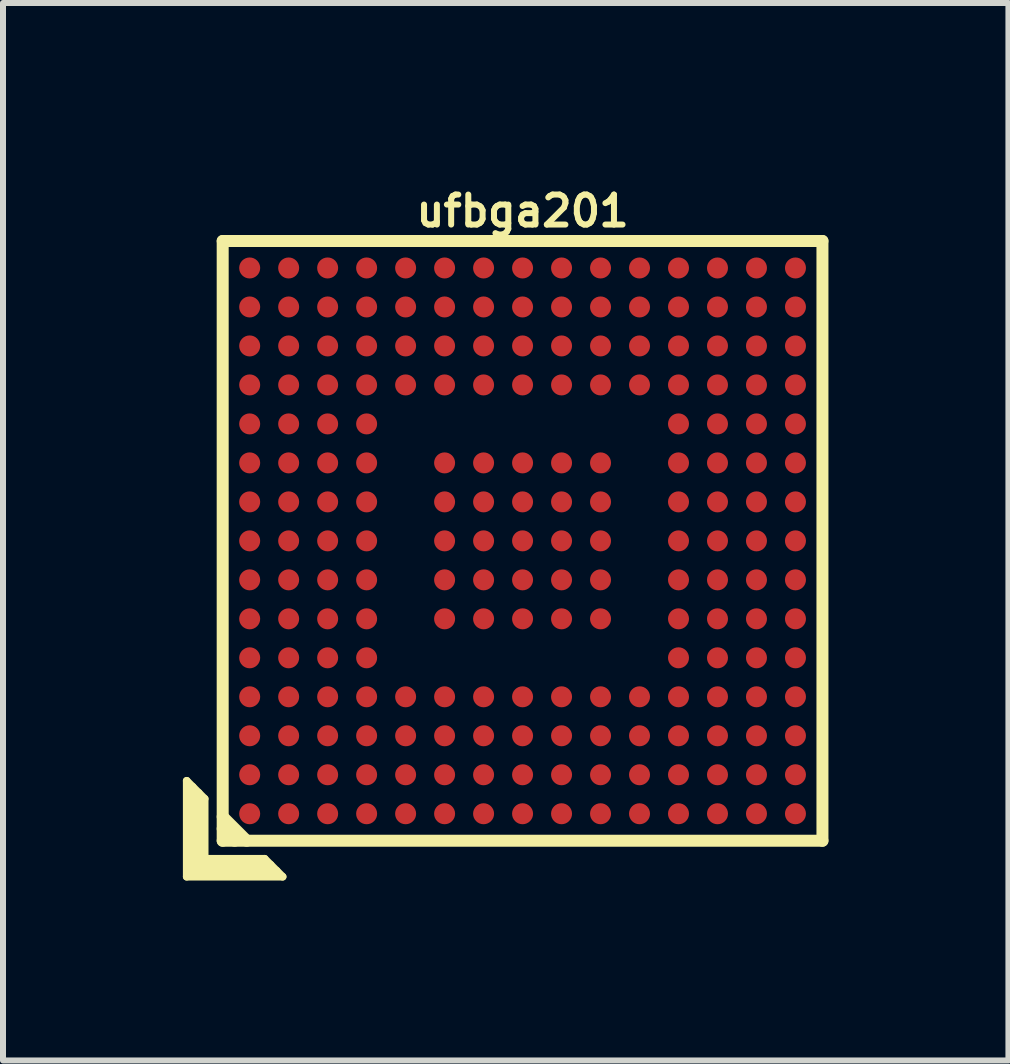
<source format=kicad_pcb>
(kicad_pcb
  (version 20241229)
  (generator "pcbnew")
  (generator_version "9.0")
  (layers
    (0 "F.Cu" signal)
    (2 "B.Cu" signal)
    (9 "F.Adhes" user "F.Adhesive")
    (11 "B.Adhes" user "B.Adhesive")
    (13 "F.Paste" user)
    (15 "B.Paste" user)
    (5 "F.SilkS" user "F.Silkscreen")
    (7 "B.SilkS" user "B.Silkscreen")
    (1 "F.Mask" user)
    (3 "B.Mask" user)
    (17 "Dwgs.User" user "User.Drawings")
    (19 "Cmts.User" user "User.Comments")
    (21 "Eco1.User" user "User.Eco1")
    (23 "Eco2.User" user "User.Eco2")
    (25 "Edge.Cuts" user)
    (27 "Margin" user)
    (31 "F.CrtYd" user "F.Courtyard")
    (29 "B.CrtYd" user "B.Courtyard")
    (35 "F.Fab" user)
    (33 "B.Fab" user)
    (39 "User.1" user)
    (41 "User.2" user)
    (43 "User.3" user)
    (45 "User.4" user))
  (footprint "ufbga201"
    (layer "F.Cu")
    (at 5.663 5.968)
    (property "Reference" "ufbga201" (at 0 -5.5 0) (layer "F.SilkS") (effects (font (size 0.5 0.5) (thickness 0.1))))
    (attr through_hole)
    (fp_line (start -5.6 4) (end -5.3 4.3) (stroke (width 0.127) (type solid)) (layer "F.SilkS"))
    (fp_line (start -5.6 5.6) (end -5.6 4) (stroke (width 0.127) (type solid)) (layer "F.SilkS"))
    (fp_line (start -5.5 4.1) (end -5.5 5.5) (stroke (width 0.127) (type solid)) (layer "F.SilkS"))
    (fp_line (start -5.5 5.5) (end -4.1 5.5) (stroke (width 0.127) (type solid)) (layer "F.SilkS"))
    (fp_line (start -5.4 5.4) (end -5.4 4.2) (stroke (width 0.127) (type solid)) (layer "F.SilkS"))
    (fp_line (start -5.3 4.3) (end -5.3 5.3) (stroke (width 0.127) (type solid)) (layer "F.SilkS"))
    (fp_line (start -5.3 5.3) (end -4.3 5.3) (stroke (width 0.127) (type solid)) (layer "F.SilkS"))
    (fp_line (start -5 -5) (end -5 5) (stroke (width 0.2) (type solid)) (layer "F.SilkS"))
    (fp_line (start -5 4.6) (end -4.6 5) (stroke (width 0.2) (type solid)) (layer "F.SilkS"))
    (fp_line (start -5 5) (end 5 5) (stroke (width 0.2) (type solid)) (layer "F.SilkS"))
    (fp_line (start -4.8 5) (end -5 4.8) (stroke (width 0.2) (type solid)) (layer "F.SilkS"))
    (fp_line (start -4.3 5.3) (end -4 5.6) (stroke (width 0.127) (type solid)) (layer "F.SilkS"))
    (fp_line (start -4.2 5.4) (end -5.4 5.4) (stroke (width 0.127) (type solid)) (layer "F.SilkS"))
    (fp_line (start -4 5.6) (end -5.6 5.6) (stroke (width 0.127) (type solid)) (layer "F.SilkS"))
    (fp_line (start 5 -5) (end -5 -5) (stroke (width 0.2) (type solid)) (layer "F.SilkS"))
    (fp_line (start 5 5) (end 5 -5) (stroke (width 0.2) (type solid)) (layer "F.SilkS"))
    (pad "A1" smd circle (at -4.55 4.55) (size 0.35 0.35) (layers "F.Cu" "F.Mask" "F.Paste"))
    (pad "A2" smd circle (at -4.55 3.9) (size 0.35 0.35) (layers "F.Cu" "F.Mask" "F.Paste"))
    (pad "A3" smd circle (at -4.55 3.25) (size 0.35 0.35) (layers "F.Cu" "F.Mask" "F.Paste"))
    (pad "A4" smd circle (at -4.55 2.6) (size 0.35 0.35) (layers "F.Cu" "F.Mask" "F.Paste"))
    (pad "A5" smd circle (at -4.55 1.95) (size 0.35 0.35) (layers "F.Cu" "F.Mask" "F.Paste"))
    (pad "A6" smd circle (at -4.55 1.3) (size 0.35 0.35) (layers "F.Cu" "F.Mask" "F.Paste"))
    (pad "A7" smd circle (at -4.55 0.65) (size 0.35 0.35) (layers "F.Cu" "F.Mask" "F.Paste"))
    (pad "A8" smd circle (at -4.55 0) (size 0.35 0.35) (layers "F.Cu" "F.Mask" "F.Paste"))
    (pad "A9" smd circle (at -4.55 -0.65) (size 0.35 0.35) (layers "F.Cu" "F.Mask" "F.Paste"))
    (pad "A10" smd circle (at -4.55 -1.3) (size 0.35 0.35) (layers "F.Cu" "F.Mask" "F.Paste"))
    (pad "A11" smd circle (at -4.55 -1.95) (size 0.35 0.35) (layers "F.Cu" "F.Mask" "F.Paste"))
    (pad "A12" smd circle (at -4.55 -2.6) (size 0.35 0.35) (layers "F.Cu" "F.Mask" "F.Paste"))
    (pad "A13" smd circle (at -4.55 -3.25) (size 0.35 0.35) (layers "F.Cu" "F.Mask" "F.Paste"))
    (pad "A14" smd circle (at -4.55 -3.9) (size 0.35 0.35) (layers "F.Cu" "F.Mask" "F.Paste"))
    (pad "A15" smd circle (at -4.55 -4.55) (size 0.35 0.35) (layers "F.Cu" "F.Mask" "F.Paste"))
    (pad "B1" smd circle (at -3.9 4.55) (size 0.35 0.35) (layers "F.Cu" "F.Mask" "F.Paste"))
    (pad "B2" smd circle (at -3.9 3.9) (size 0.35 0.35) (layers "F.Cu" "F.Mask" "F.Paste"))
    (pad "B3" smd circle (at -3.9 3.25) (size 0.35 0.35) (layers "F.Cu" "F.Mask" "F.Paste"))
    (pad "B4" smd circle (at -3.9 2.6) (size 0.35 0.35) (layers "F.Cu" "F.Mask" "F.Paste"))
    (pad "B5" smd circle (at -3.9 1.95) (size 0.35 0.35) (layers "F.Cu" "F.Mask" "F.Paste"))
    (pad "B6" smd circle (at -3.9 1.3) (size 0.35 0.35) (layers "F.Cu" "F.Mask" "F.Paste"))
    (pad "B7" smd circle (at -3.9 0.65) (size 0.35 0.35) (layers "F.Cu" "F.Mask" "F.Paste"))
    (pad "B8" smd circle (at -3.9 0) (size 0.35 0.35) (layers "F.Cu" "F.Mask" "F.Paste"))
    (pad "B9" smd circle (at -3.9 -0.65) (size 0.35 0.35) (layers "F.Cu" "F.Mask" "F.Paste"))
    (pad "B10" smd circle (at -3.9 -1.3) (size 0.35 0.35) (layers "F.Cu" "F.Mask" "F.Paste"))
    (pad "B11" smd circle (at -3.9 -1.95) (size 0.35 0.35) (layers "F.Cu" "F.Mask" "F.Paste"))
    (pad "B12" smd circle (at -3.9 -2.6) (size 0.35 0.35) (layers "F.Cu" "F.Mask" "F.Paste"))
    (pad "B13" smd circle (at -3.9 -3.25) (size 0.35 0.35) (layers "F.Cu" "F.Mask" "F.Paste"))
    (pad "B14" smd circle (at -3.9 -3.9) (size 0.35 0.35) (layers "F.Cu" "F.Mask" "F.Paste"))
    (pad "B15" smd circle (at -3.9 -4.55) (size 0.35 0.35) (layers "F.Cu" "F.Mask" "F.Paste"))
    (pad "C1" smd circle (at -3.25 4.55) (size 0.35 0.35) (layers "F.Cu" "F.Mask" "F.Paste"))
    (pad "C2" smd circle (at -3.25 3.9) (size 0.35 0.35) (layers "F.Cu" "F.Mask" "F.Paste"))
    (pad "C3" smd circle (at -3.25 3.25) (size 0.35 0.35) (layers "F.Cu" "F.Mask" "F.Paste"))
    (pad "C4" smd circle (at -3.25 2.6) (size 0.35 0.35) (layers "F.Cu" "F.Mask" "F.Paste"))
    (pad "C5" smd circle (at -3.25 1.95) (size 0.35 0.35) (layers "F.Cu" "F.Mask" "F.Paste"))
    (pad "C6" smd circle (at -3.25 1.3) (size 0.35 0.35) (layers "F.Cu" "F.Mask" "F.Paste"))
    (pad "C7" smd circle (at -3.25 0.65) (size 0.35 0.35) (layers "F.Cu" "F.Mask" "F.Paste"))
    (pad "C8" smd circle (at -3.25 0) (size 0.35 0.35) (layers "F.Cu" "F.Mask" "F.Paste"))
    (pad "C9" smd circle (at -3.25 -0.65) (size 0.35 0.35) (layers "F.Cu" "F.Mask" "F.Paste"))
    (pad "C10" smd circle (at -3.25 -1.3) (size 0.35 0.35) (layers "F.Cu" "F.Mask" "F.Paste"))
    (pad "C11" smd circle (at -3.25 -1.95) (size 0.35 0.35) (layers "F.Cu" "F.Mask" "F.Paste"))
    (pad "C12" smd circle (at -3.25 -2.6) (size 0.35 0.35) (layers "F.Cu" "F.Mask" "F.Paste"))
    (pad "C13" smd circle (at -3.25 -3.25) (size 0.35 0.35) (layers "F.Cu" "F.Mask" "F.Paste"))
    (pad "C14" smd circle (at -3.25 -3.9) (size 0.35 0.35) (layers "F.Cu" "F.Mask" "F.Paste"))
    (pad "C15" smd circle (at -3.25 -4.55) (size 0.35 0.35) (layers "F.Cu" "F.Mask" "F.Paste"))
    (pad "D1" smd circle (at -2.6 4.55) (size 0.35 0.35) (layers "F.Cu" "F.Mask" "F.Paste"))
    (pad "D2" smd circle (at -2.6 3.9) (size 0.35 0.35) (layers "F.Cu" "F.Mask" "F.Paste"))
    (pad "D3" smd circle (at -2.6 3.25) (size 0.35 0.35) (layers "F.Cu" "F.Mask" "F.Paste"))
    (pad "D4" smd circle (at -2.6 2.6) (size 0.35 0.35) (layers "F.Cu" "F.Mask" "F.Paste"))
    (pad "D5" smd circle (at -2.6 1.95) (size 0.35 0.35) (layers "F.Cu" "F.Mask" "F.Paste"))
    (pad "D6" smd circle (at -2.6 1.3) (size 0.35 0.35) (layers "F.Cu" "F.Mask" "F.Paste"))
    (pad "D7" smd circle (at -2.6 0.65) (size 0.35 0.35) (layers "F.Cu" "F.Mask" "F.Paste"))
    (pad "D8" smd circle (at -2.6 0) (size 0.35 0.35) (layers "F.Cu" "F.Mask" "F.Paste"))
    (pad "D9" smd circle (at -2.6 -0.65) (size 0.35 0.35) (layers "F.Cu" "F.Mask" "F.Paste"))
    (pad "D10" smd circle (at -2.6 -1.3) (size 0.35 0.35) (layers "F.Cu" "F.Mask" "F.Paste"))
    (pad "D11" smd circle (at -2.6 -1.95) (size 0.35 0.35) (layers "F.Cu" "F.Mask" "F.Paste"))
    (pad "D12" smd circle (at -2.6 -2.6) (size 0.35 0.35) (layers "F.Cu" "F.Mask" "F.Paste"))
    (pad "D13" smd circle (at -2.6 -3.25) (size 0.35 0.35) (layers "F.Cu" "F.Mask" "F.Paste"))
    (pad "D14" smd circle (at -2.6 -3.9) (size 0.35 0.35) (layers "F.Cu" "F.Mask" "F.Paste"))
    (pad "D15" smd circle (at -2.6 -4.55) (size 0.35 0.35) (layers "F.Cu" "F.Mask" "F.Paste"))
    (pad "E1" smd circle (at -1.95 4.55) (size 0.35 0.35) (layers "F.Cu" "F.Mask" "F.Paste"))
    (pad "E2" smd circle (at -1.95 3.9) (size 0.35 0.35) (layers "F.Cu" "F.Mask" "F.Paste"))
    (pad "E3" smd circle (at -1.95 3.25) (size 0.35 0.35) (layers "F.Cu" "F.Mask" "F.Paste"))
    (pad "E4" smd circle (at -1.95 2.6) (size 0.35 0.35) (layers "F.Cu" "F.Mask" "F.Paste"))
    (pad "E12" smd circle (at -1.95 -2.6) (size 0.35 0.35) (layers "F.Cu" "F.Mask" "F.Paste"))
    (pad "E13" smd circle (at -1.95 -3.25) (size 0.35 0.35) (layers "F.Cu" "F.Mask" "F.Paste"))
    (pad "E14" smd circle (at -1.95 -3.9) (size 0.35 0.35) (layers "F.Cu" "F.Mask" "F.Paste"))
    (pad "E15" smd circle (at -1.95 -4.55) (size 0.35 0.35) (layers "F.Cu" "F.Mask" "F.Paste"))
    (pad "F1" smd circle (at -1.3 4.55) (size 0.35 0.35) (layers "F.Cu" "F.Mask" "F.Paste"))
    (pad "F2" smd circle (at -1.3 3.9) (size 0.35 0.35) (layers "F.Cu" "F.Mask" "F.Paste"))
    (pad "F3" smd circle (at -1.3 3.25) (size 0.35 0.35) (layers "F.Cu" "F.Mask" "F.Paste"))
    (pad "F4" smd circle (at -1.3 2.6) (size 0.35 0.35) (layers "F.Cu" "F.Mask" "F.Paste"))
    (pad "F6" smd circle (at -1.3 1.3) (size 0.35 0.35) (layers "F.Cu" "F.Mask" "F.Paste"))
    (pad "F7" smd circle (at -1.3 0.65) (size 0.35 0.35) (layers "F.Cu" "F.Mask" "F.Paste"))
    (pad "F8" smd circle (at -1.3 0) (size 0.35 0.35) (layers "F.Cu" "F.Mask" "F.Paste"))
    (pad "F9" smd circle (at -1.3 -0.65) (size 0.35 0.35) (layers "F.Cu" "F.Mask" "F.Paste"))
    (pad "F10" smd circle (at -1.3 -1.3) (size 0.35 0.35) (layers "F.Cu" "F.Mask" "F.Paste"))
    (pad "F12" smd circle (at -1.3 -2.6) (size 0.35 0.35) (layers "F.Cu" "F.Mask" "F.Paste"))
    (pad "F13" smd circle (at -1.3 -3.25) (size 0.35 0.35) (layers "F.Cu" "F.Mask" "F.Paste"))
    (pad "F14" smd circle (at -1.3 -3.9) (size 0.35 0.35) (layers "F.Cu" "F.Mask" "F.Paste"))
    (pad "F15" smd circle (at -1.3 -4.55) (size 0.35 0.35) (layers "F.Cu" "F.Mask" "F.Paste"))
    (pad "G1" smd circle (at -0.65 4.55) (size 0.35 0.35) (layers "F.Cu" "F.Mask" "F.Paste"))
    (pad "G2" smd circle (at -0.65 3.9) (size 0.35 0.35) (layers "F.Cu" "F.Mask" "F.Paste"))
    (pad "G3" smd circle (at -0.65 3.25) (size 0.35 0.35) (layers "F.Cu" "F.Mask" "F.Paste"))
    (pad "G4" smd circle (at -0.65 2.6) (size 0.35 0.35) (layers "F.Cu" "F.Mask" "F.Paste"))
    (pad "G6" smd circle (at -0.65 1.3) (size 0.35 0.35) (layers "F.Cu" "F.Mask" "F.Paste"))
    (pad "G7" smd circle (at -0.65 0.65) (size 0.35 0.35) (layers "F.Cu" "F.Mask" "F.Paste"))
    (pad "G8" smd circle (at -0.65 0) (size 0.35 0.35) (layers "F.Cu" "F.Mask" "F.Paste"))
    (pad "G9" smd circle (at -0.65 -0.65) (size 0.35 0.35) (layers "F.Cu" "F.Mask" "F.Paste"))
    (pad "G10" smd circle (at -0.65 -1.3) (size 0.35 0.35) (layers "F.Cu" "F.Mask" "F.Paste"))
    (pad "G12" smd circle (at -0.65 -2.6) (size 0.35 0.35) (layers "F.Cu" "F.Mask" "F.Paste"))
    (pad "G13" smd circle (at -0.65 -3.25) (size 0.35 0.35) (layers "F.Cu" "F.Mask" "F.Paste"))
    (pad "G14" smd circle (at -0.65 -3.9) (size 0.35 0.35) (layers "F.Cu" "F.Mask" "F.Paste"))
    (pad "G15" smd circle (at -0.65 -4.55) (size 0.35 0.35) (layers "F.Cu" "F.Mask" "F.Paste"))
    (pad "H1" smd circle (at 0 4.55) (size 0.35 0.35) (layers "F.Cu" "F.Mask" "F.Paste"))
    (pad "H2" smd circle (at 0 3.9) (size 0.35 0.35) (layers "F.Cu" "F.Mask" "F.Paste"))
    (pad "H3" smd circle (at 0 3.25) (size 0.35 0.35) (layers "F.Cu" "F.Mask" "F.Paste"))
    (pad "H4" smd circle (at 0 2.6) (size 0.35 0.35) (layers "F.Cu" "F.Mask" "F.Paste"))
    (pad "H6" smd circle (at 0 1.3) (size 0.35 0.35) (layers "F.Cu" "F.Mask" "F.Paste"))
    (pad "H7" smd circle (at 0 0.65) (size 0.35 0.35) (layers "F.Cu" "F.Mask" "F.Paste"))
    (pad "H8" smd circle (at 0 0) (size 0.35 0.35) (layers "F.Cu" "F.Mask" "F.Paste"))
    (pad "H9" smd circle (at 0 -0.65) (size 0.35 0.35) (layers "F.Cu" "F.Mask" "F.Paste"))
    (pad "H10" smd circle (at 0 -1.3) (size 0.35 0.35) (layers "F.Cu" "F.Mask" "F.Paste"))
    (pad "H12" smd circle (at 0 -2.6) (size 0.35 0.35) (layers "F.Cu" "F.Mask" "F.Paste"))
    (pad "H13" smd circle (at 0 -3.25) (size 0.35 0.35) (layers "F.Cu" "F.Mask" "F.Paste"))
    (pad "H14" smd circle (at 0 -3.9) (size 0.35 0.35) (layers "F.Cu" "F.Mask" "F.Paste"))
    (pad "H15" smd circle (at 0 -4.55) (size 0.35 0.35) (layers "F.Cu" "F.Mask" "F.Paste"))
    (pad "J1" smd circle (at 0.65 4.55) (size 0.35 0.35) (layers "F.Cu" "F.Mask" "F.Paste"))
    (pad "J2" smd circle (at 0.65 3.9) (size 0.35 0.35) (layers "F.Cu" "F.Mask" "F.Paste"))
    (pad "J3" smd circle (at 0.65 3.25) (size 0.35 0.35) (layers "F.Cu" "F.Mask" "F.Paste"))
    (pad "J4" smd circle (at 0.65 2.6) (size 0.35 0.35) (layers "F.Cu" "F.Mask" "F.Paste"))
    (pad "J6" smd circle (at 0.65 1.3) (size 0.35 0.35) (layers "F.Cu" "F.Mask" "F.Paste"))
    (pad "J7" smd circle (at 0.65 0.65) (size 0.35 0.35) (layers "F.Cu" "F.Mask" "F.Paste"))
    (pad "J8" smd circle (at 0.65 0) (size 0.35 0.35) (layers "F.Cu" "F.Mask" "F.Paste"))
    (pad "J9" smd circle (at 0.65 -0.65) (size 0.35 0.35) (layers "F.Cu" "F.Mask" "F.Paste"))
    (pad "J10" smd circle (at 0.65 -1.3) (size 0.35 0.35) (layers "F.Cu" "F.Mask" "F.Paste"))
    (pad "J12" smd circle (at 0.65 -2.6) (size 0.35 0.35) (layers "F.Cu" "F.Mask" "F.Paste"))
    (pad "J13" smd circle (at 0.65 -3.25) (size 0.35 0.35) (layers "F.Cu" "F.Mask" "F.Paste"))
    (pad "J14" smd circle (at 0.65 -3.9) (size 0.35 0.35) (layers "F.Cu" "F.Mask" "F.Paste"))
    (pad "J15" smd circle (at 0.65 -4.55) (size 0.35 0.35) (layers "F.Cu" "F.Mask" "F.Paste"))
    (pad "K1" smd circle (at 1.3 4.55) (size 0.35 0.35) (layers "F.Cu" "F.Mask" "F.Paste"))
    (pad "K2" smd circle (at 1.3 3.9) (size 0.35 0.35) (layers "F.Cu" "F.Mask" "F.Paste"))
    (pad "K3" smd circle (at 1.3 3.25) (size 0.35 0.35) (layers "F.Cu" "F.Mask" "F.Paste"))
    (pad "K4" smd circle (at 1.3 2.6) (size 0.35 0.35) (layers "F.Cu" "F.Mask" "F.Paste"))
    (pad "K6" smd circle (at 1.3 1.3) (size 0.35 0.35) (layers "F.Cu" "F.Mask" "F.Paste"))
    (pad "K7" smd circle (at 1.3 0.65) (size 0.35 0.35) (layers "F.Cu" "F.Mask" "F.Paste"))
    (pad "K8" smd circle (at 1.3 0) (size 0.35 0.35) (layers "F.Cu" "F.Mask" "F.Paste"))
    (pad "K9" smd circle (at 1.3 -0.65) (size 0.35 0.35) (layers "F.Cu" "F.Mask" "F.Paste"))
    (pad "K10" smd circle (at 1.3 -1.3) (size 0.35 0.35) (layers "F.Cu" "F.Mask" "F.Paste"))
    (pad "K12" smd circle (at 1.3 -2.6) (size 0.35 0.35) (layers "F.Cu" "F.Mask" "F.Paste"))
    (pad "K13" smd circle (at 1.3 -3.25) (size 0.35 0.35) (layers "F.Cu" "F.Mask" "F.Paste"))
    (pad "K14" smd circle (at 1.3 -3.9) (size 0.35 0.35) (layers "F.Cu" "F.Mask" "F.Paste"))
    (pad "K15" smd circle (at 1.3 -4.55) (size 0.35 0.35) (layers "F.Cu" "F.Mask" "F.Paste"))
    (pad "L1" smd circle (at 1.95 4.55) (size 0.35 0.35) (layers "F.Cu" "F.Mask" "F.Paste"))
    (pad "L2" smd circle (at 1.95 3.9) (size 0.35 0.35) (layers "F.Cu" "F.Mask" "F.Paste"))
    (pad "L3" smd circle (at 1.95 3.25) (size 0.35 0.35) (layers "F.Cu" "F.Mask" "F.Paste"))
    (pad "L4" smd circle (at 1.95 2.6) (size 0.35 0.35) (layers "F.Cu" "F.Mask" "F.Paste"))
    (pad "L12" smd circle (at 1.95 -2.6) (size 0.35 0.35) (layers "F.Cu" "F.Mask" "F.Paste"))
    (pad "L13" smd circle (at 1.95 -3.25) (size 0.35 0.35) (layers "F.Cu" "F.Mask" "F.Paste"))
    (pad "L14" smd circle (at 1.95 -3.9) (size 0.35 0.35) (layers "F.Cu" "F.Mask" "F.Paste"))
    (pad "L15" smd circle (at 1.95 -4.55) (size 0.35 0.35) (layers "F.Cu" "F.Mask" "F.Paste"))
    (pad "M1" smd circle (at 2.6 4.55) (size 0.35 0.35) (layers "F.Cu" "F.Mask" "F.Paste"))
    (pad "M2" smd circle (at 2.6 3.9) (size 0.35 0.35) (layers "F.Cu" "F.Mask" "F.Paste"))
    (pad "M3" smd circle (at 2.6 3.25) (size 0.35 0.35) (layers "F.Cu" "F.Mask" "F.Paste"))
    (pad "M4" smd circle (at 2.6 2.6) (size 0.35 0.35) (layers "F.Cu" "F.Mask" "F.Paste"))
    (pad "M5" smd circle (at 2.6 1.95) (size 0.35 0.35) (layers "F.Cu" "F.Mask" "F.Paste"))
    (pad "M6" smd circle (at 2.6 1.3) (size 0.35 0.35) (layers "F.Cu" "F.Mask" "F.Paste"))
    (pad "M7" smd circle (at 2.6 0.65) (size 0.35 0.35) (layers "F.Cu" "F.Mask" "F.Paste"))
    (pad "M8" smd circle (at 2.6 0) (size 0.35 0.35) (layers "F.Cu" "F.Mask" "F.Paste"))
    (pad "M9" smd circle (at 2.6 -0.65) (size 0.35 0.35) (layers "F.Cu" "F.Mask" "F.Paste"))
    (pad "M10" smd circle (at 2.6 -1.3) (size 0.35 0.35) (layers "F.Cu" "F.Mask" "F.Paste"))
    (pad "M11" smd circle (at 2.6 -1.95) (size 0.35 0.35) (layers "F.Cu" "F.Mask" "F.Paste"))
    (pad "M12" smd circle (at 2.6 -2.6) (size 0.35 0.35) (layers "F.Cu" "F.Mask" "F.Paste"))
    (pad "M13" smd circle (at 2.6 -3.25) (size 0.35 0.35) (layers "F.Cu" "F.Mask" "F.Paste"))
    (pad "M14" smd circle (at 2.6 -3.9) (size 0.35 0.35) (layers "F.Cu" "F.Mask" "F.Paste"))
    (pad "M15" smd circle (at 2.6 -4.55) (size 0.35 0.35) (layers "F.Cu" "F.Mask" "F.Paste"))
    (pad "N1" smd circle (at 3.25 4.55) (size 0.35 0.35) (layers "F.Cu" "F.Mask" "F.Paste"))
    (pad "N2" smd circle (at 3.25 3.9) (size 0.35 0.35) (layers "F.Cu" "F.Mask" "F.Paste"))
    (pad "N3" smd circle (at 3.25 3.25) (size 0.35 0.35) (layers "F.Cu" "F.Mask" "F.Paste"))
    (pad "N4" smd circle (at 3.25 2.6) (size 0.35 0.35) (layers "F.Cu" "F.Mask" "F.Paste"))
    (pad "N5" smd circle (at 3.25 1.95) (size 0.35 0.35) (layers "F.Cu" "F.Mask" "F.Paste"))
    (pad "N6" smd circle (at 3.25 1.3) (size 0.35 0.35) (layers "F.Cu" "F.Mask" "F.Paste"))
    (pad "N7" smd circle (at 3.25 0.65) (size 0.35 0.35) (layers "F.Cu" "F.Mask" "F.Paste"))
    (pad "N8" smd circle (at 3.25 0) (size 0.35 0.35) (layers "F.Cu" "F.Mask" "F.Paste"))
    (pad "N9" smd circle (at 3.25 -0.65) (size 0.35 0.35) (layers "F.Cu" "F.Mask" "F.Paste"))
    (pad "N10" smd circle (at 3.25 -1.3) (size 0.35 0.35) (layers "F.Cu" "F.Mask" "F.Paste"))
    (pad "N11" smd circle (at 3.25 -1.95) (size 0.35 0.35) (layers "F.Cu" "F.Mask" "F.Paste"))
    (pad "N12" smd circle (at 3.25 -2.6) (size 0.35 0.35) (layers "F.Cu" "F.Mask" "F.Paste"))
    (pad "N13" smd circle (at 3.25 -3.25) (size 0.35 0.35) (layers "F.Cu" "F.Mask" "F.Paste"))
    (pad "N14" smd circle (at 3.25 -3.9) (size 0.35 0.35) (layers "F.Cu" "F.Mask" "F.Paste"))
    (pad "N15" smd circle (at 3.25 -4.55) (size 0.35 0.35) (layers "F.Cu" "F.Mask" "F.Paste"))
    (pad "P1" smd circle (at 3.9 4.55) (size 0.35 0.35) (layers "F.Cu" "F.Mask" "F.Paste"))
    (pad "P2" smd circle (at 3.9 3.9) (size 0.35 0.35) (layers "F.Cu" "F.Mask" "F.Paste"))
    (pad "P3" smd circle (at 3.9 3.25) (size 0.35 0.35) (layers "F.Cu" "F.Mask" "F.Paste"))
    (pad "P4" smd circle (at 3.9 2.6) (size 0.35 0.35) (layers "F.Cu" "F.Mask" "F.Paste"))
    (pad "P5" smd circle (at 3.9 1.95) (size 0.35 0.35) (layers "F.Cu" "F.Mask" "F.Paste"))
    (pad "P6" smd circle (at 3.9 1.3) (size 0.35 0.35) (layers "F.Cu" "F.Mask" "F.Paste"))
    (pad "P7" smd circle (at 3.9 0.65) (size 0.35 0.35) (layers "F.Cu" "F.Mask" "F.Paste"))
    (pad "P8" smd circle (at 3.9 0) (size 0.35 0.35) (layers "F.Cu" "F.Mask" "F.Paste"))
    (pad "P9" smd circle (at 3.9 -0.65) (size 0.35 0.35) (layers "F.Cu" "F.Mask" "F.Paste"))
    (pad "P10" smd circle (at 3.9 -1.3) (size 0.35 0.35) (layers "F.Cu" "F.Mask" "F.Paste"))
    (pad "P11" smd circle (at 3.9 -1.95) (size 0.35 0.35) (layers "F.Cu" "F.Mask" "F.Paste"))
    (pad "P12" smd circle (at 3.9 -2.6) (size 0.35 0.35) (layers "F.Cu" "F.Mask" "F.Paste"))
    (pad "P13" smd circle (at 3.9 -3.25) (size 0.35 0.35) (layers "F.Cu" "F.Mask" "F.Paste"))
    (pad "P14" smd circle (at 3.9 -3.9) (size 0.35 0.35) (layers "F.Cu" "F.Mask" "F.Paste"))
    (pad "P15" smd circle (at 3.9 -4.55) (size 0.35 0.35) (layers "F.Cu" "F.Mask" "F.Paste"))
    (pad "R1" smd circle (at 4.55 4.55) (size 0.35 0.35) (layers "F.Cu" "F.Mask" "F.Paste"))
    (pad "R2" smd circle (at 4.55 3.9) (size 0.35 0.35) (layers "F.Cu" "F.Mask" "F.Paste"))
    (pad "R3" smd circle (at 4.55 3.25) (size 0.35 0.35) (layers "F.Cu" "F.Mask" "F.Paste"))
    (pad "R4" smd circle (at 4.55 2.6) (size 0.35 0.35) (layers "F.Cu" "F.Mask" "F.Paste"))
    (pad "R5" smd circle (at 4.55 1.95) (size 0.35 0.35) (layers "F.Cu" "F.Mask" "F.Paste"))
    (pad "R6" smd circle (at 4.55 1.3) (size 0.35 0.35) (layers "F.Cu" "F.Mask" "F.Paste"))
    (pad "R7" smd circle (at 4.55 0.65) (size 0.35 0.35) (layers "F.Cu" "F.Mask" "F.Paste"))
    (pad "R8" smd circle (at 4.55 0) (size 0.35 0.35) (layers "F.Cu" "F.Mask" "F.Paste"))
    (pad "R9" smd circle (at 4.55 -0.65) (size 0.35 0.35) (layers "F.Cu" "F.Mask" "F.Paste"))
    (pad "R10" smd circle (at 4.55 -1.3) (size 0.35 0.35) (layers "F.Cu" "F.Mask" "F.Paste"))
    (pad "R11" smd circle (at 4.55 -1.95) (size 0.35 0.35) (layers "F.Cu" "F.Mask" "F.Paste"))
    (pad "R12" smd circle (at 4.55 -2.6) (size 0.35 0.35) (layers "F.Cu" "F.Mask" "F.Paste"))
    (pad "R13" smd circle (at 4.55 -3.25) (size 0.35 0.35) (layers "F.Cu" "F.Mask" "F.Paste"))
    (pad "R14" smd circle (at 4.55 -3.9) (size 0.35 0.35) (layers "F.Cu" "F.Mask" "F.Paste"))
    (pad "R15" smd circle (at 4.55 -4.55) (size 0.35 0.35) (layers "F.Cu" "F.Mask" "F.Paste")))
  (gr_rect
    (start -3 -3)
    (end 13.764 14.632)
    (stroke (width 0.1) (type default))
    (fill no)
    (layer "Edge.Cuts")))
</source>
